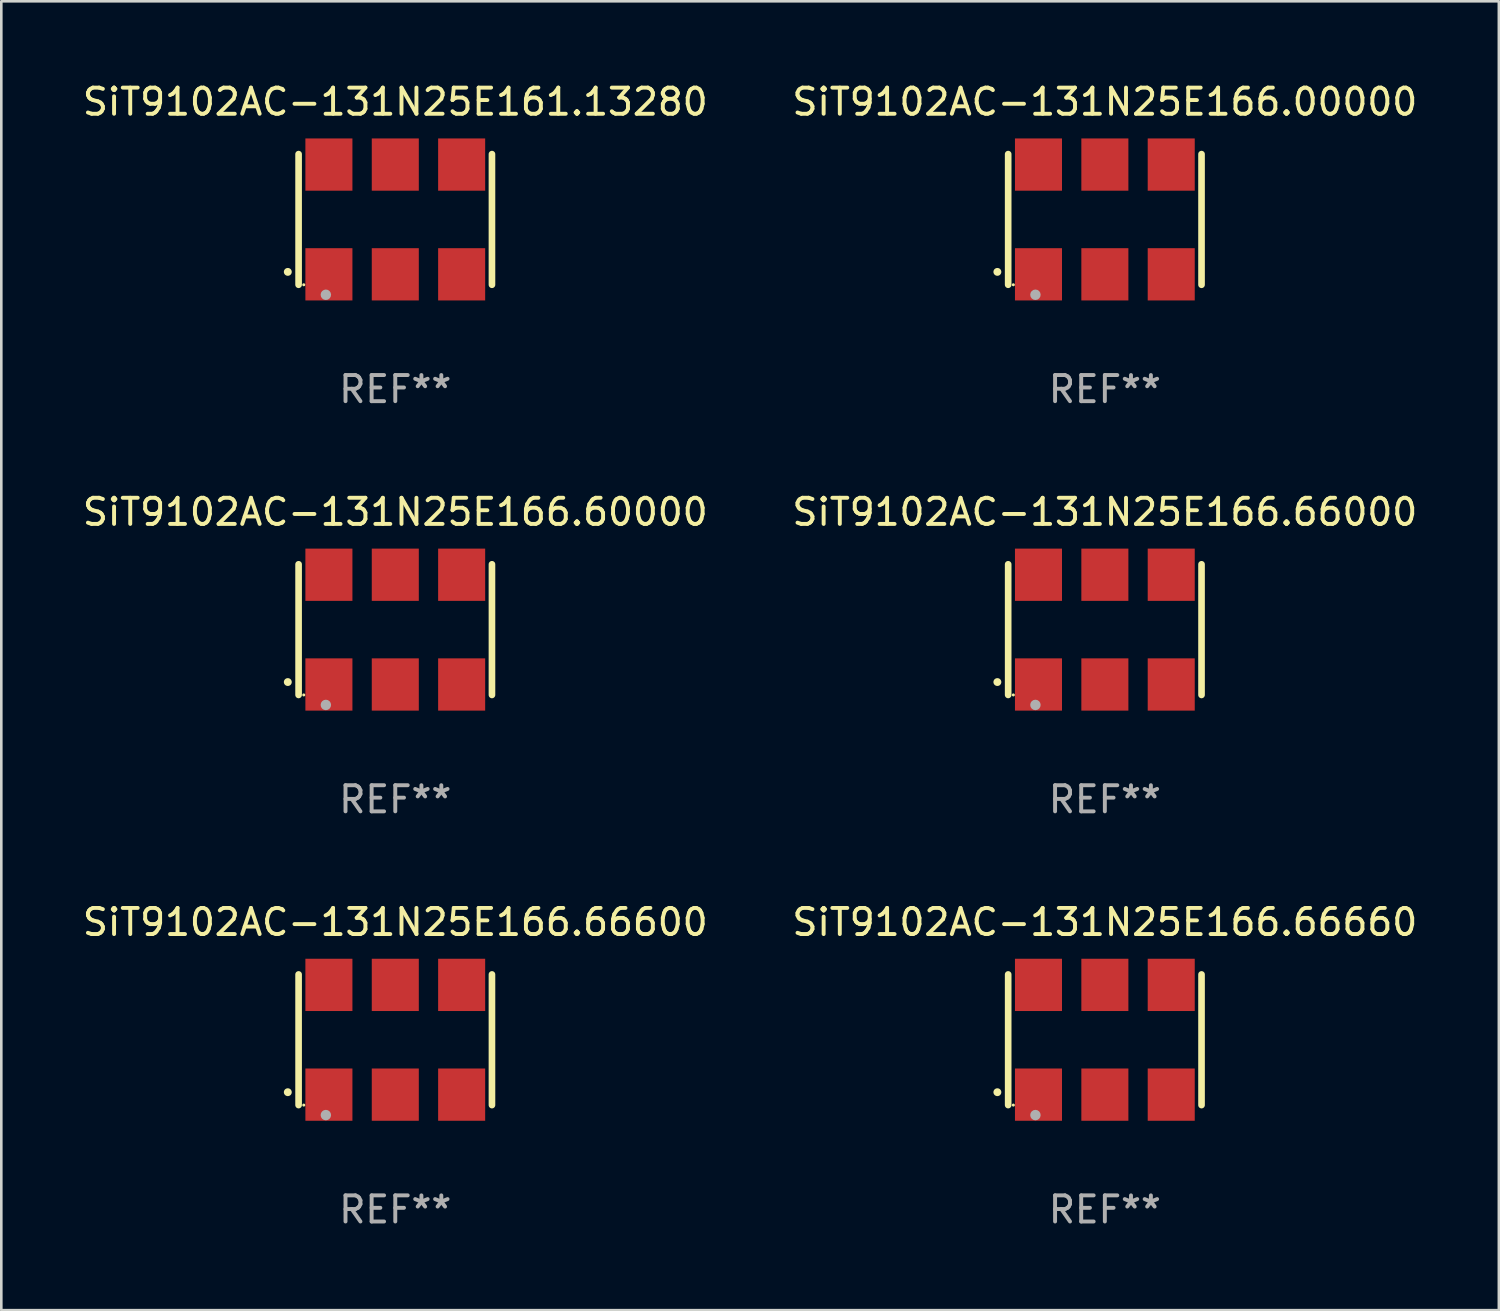
<source format=kicad_pcb>
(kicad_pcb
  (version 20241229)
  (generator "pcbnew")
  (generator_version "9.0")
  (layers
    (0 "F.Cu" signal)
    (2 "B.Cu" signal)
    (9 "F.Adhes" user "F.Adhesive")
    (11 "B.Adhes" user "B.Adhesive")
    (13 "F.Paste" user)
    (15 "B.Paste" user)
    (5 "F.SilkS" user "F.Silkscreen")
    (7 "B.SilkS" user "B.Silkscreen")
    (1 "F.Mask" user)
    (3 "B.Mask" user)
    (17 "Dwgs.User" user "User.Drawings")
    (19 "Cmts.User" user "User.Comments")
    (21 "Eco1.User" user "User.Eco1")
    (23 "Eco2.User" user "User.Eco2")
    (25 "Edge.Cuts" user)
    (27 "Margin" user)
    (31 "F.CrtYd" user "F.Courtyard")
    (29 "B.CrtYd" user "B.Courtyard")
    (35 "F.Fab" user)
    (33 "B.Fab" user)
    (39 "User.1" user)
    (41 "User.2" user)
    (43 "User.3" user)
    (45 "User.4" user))
  (footprint "SiT9102AC-131N25E166.00000"
    (layer "F.Cu")
    (at 39.232 5.348)
    (property "Reference" "SiT9102AC-131N25E166.00000" (at 0 -4.5 0) (layer "F.SilkS") (effects (font (size 1 1) (thickness 0.15))))
    (attr through_hole)
    (fp_line (start -3.7 -2.5) (end -3.7 2.5) (stroke (width 0.254) (type solid)) (layer "F.SilkS"))
    (fp_line (start 3.7 -2.5) (end 3.7 2.5) (stroke (width 0.254) (type solid)) (layer "F.SilkS"))
    (fp_arc (start -4.114415 2.006604) (mid -4.113145 2.006599) (end -4.111875 2.006604) (stroke (width 0.3) (type solid)) (layer "F.SilkS"))
    (fp_circle (center -3.502 2.5) (end -3.472 2.5) (stroke (width 0.06) (type solid)) (fill no) (layer "F.SilkS"))
    (fp_circle (center -2.657 2.882) (end -2.557 2.882) (stroke (width 0.2) (type solid)) (fill no) (layer "F.Fab"))
    (fp_text user "REF**" (at 0 6.5 0) (layer "F.Fab") (effects (font (size 1 1) (thickness 0.15))))
    (pad "1" smd rect (at -2.54 2.1) (size 1.8 2) (layers "F.Cu" "F.Mask" "F.Paste"))
    (pad "2" smd rect (at 0.000394 2.1) (size 1.8 2) (layers "F.Cu" "F.Mask" "F.Paste"))
    (pad "3" smd rect (at 2.54 2.1) (size 1.8 2) (layers "F.Cu" "F.Mask" "F.Paste"))
    (pad "4" smd rect (at 2.54 -2.1) (size 1.8 2) (layers "F.Cu" "F.Mask" "F.Paste"))
    (pad "5" smd rect (at 0.000394 -2.1) (size 1.8 2) (layers "F.Cu" "F.Mask" "F.Paste"))
    (pad "6" smd rect (at -2.54 -2.1) (size 1.8 2) (layers "F.Cu" "F.Mask" "F.Paste")))
  (footprint "SiT9102AC-131N25E166.66000"
    (layer "F.Cu")
    (at 39.232 21.045)
    (property "Reference" "SiT9102AC-131N25E166.66000" (at 0 -4.5 0) (layer "F.SilkS") (effects (font (size 1 1) (thickness 0.15))))
    (attr through_hole)
    (fp_line (start -3.7 -2.5) (end -3.7 2.5) (stroke (width 0.254) (type solid)) (layer "F.SilkS"))
    (fp_line (start 3.7 -2.5) (end 3.7 2.5) (stroke (width 0.254) (type solid)) (layer "F.SilkS"))
    (fp_arc (start -4.114415 2.006604) (mid -4.113145 2.006599) (end -4.111875 2.006604) (stroke (width 0.3) (type solid)) (layer "F.SilkS"))
    (fp_circle (center -3.502 2.5) (end -3.472 2.5) (stroke (width 0.06) (type solid)) (fill no) (layer "F.SilkS"))
    (fp_circle (center -2.657 2.882) (end -2.557 2.882) (stroke (width 0.2) (type solid)) (fill no) (layer "F.Fab"))
    (fp_text user "REF**" (at 0 6.5 0) (layer "F.Fab") (effects (font (size 1 1) (thickness 0.15))))
    (pad "1" smd rect (at -2.54 2.1) (size 1.8 2) (layers "F.Cu" "F.Mask" "F.Paste"))
    (pad "2" smd rect (at 0.000394 2.1) (size 1.8 2) (layers "F.Cu" "F.Mask" "F.Paste"))
    (pad "3" smd rect (at 2.54 2.1) (size 1.8 2) (layers "F.Cu" "F.Mask" "F.Paste"))
    (pad "4" smd rect (at 2.54 -2.1) (size 1.8 2) (layers "F.Cu" "F.Mask" "F.Paste"))
    (pad "5" smd rect (at 0.000394 -2.1) (size 1.8 2) (layers "F.Cu" "F.Mask" "F.Paste"))
    (pad "6" smd rect (at -2.54 -2.1) (size 1.8 2) (layers "F.Cu" "F.Mask" "F.Paste")))
  (footprint "SiT9102AC-131N25E161.13280"
    (layer "F.Cu")
    (at 12.077 5.348)
    (property "Reference" "SiT9102AC-131N25E161.13280" (at 0 -4.5 0) (layer "F.SilkS") (effects (font (size 1 1) (thickness 0.15))))
    (attr through_hole)
    (fp_line (start -3.7 -2.5) (end -3.7 2.5) (stroke (width 0.254) (type solid)) (layer "F.SilkS"))
    (fp_line (start 3.7 -2.5) (end 3.7 2.5) (stroke (width 0.254) (type solid)) (layer "F.SilkS"))
    (fp_arc (start -4.114415 2.006604) (mid -4.113145 2.006599) (end -4.111875 2.006604) (stroke (width 0.3) (type solid)) (layer "F.SilkS"))
    (fp_circle (center -3.502 2.5) (end -3.472 2.5) (stroke (width 0.06) (type solid)) (fill no) (layer "F.SilkS"))
    (fp_circle (center -2.657 2.882) (end -2.557 2.882) (stroke (width 0.2) (type solid)) (fill no) (layer "F.Fab"))
    (fp_text user "REF**" (at 0 6.5 0) (layer "F.Fab") (effects (font (size 1 1) (thickness 0.15))))
    (pad "1" smd rect (at -2.54 2.1) (size 1.8 2) (layers "F.Cu" "F.Mask" "F.Paste"))
    (pad "2" smd rect (at 0.000394 2.1) (size 1.8 2) (layers "F.Cu" "F.Mask" "F.Paste"))
    (pad "3" smd rect (at 2.54 2.1) (size 1.8 2) (layers "F.Cu" "F.Mask" "F.Paste"))
    (pad "4" smd rect (at 2.54 -2.1) (size 1.8 2) (layers "F.Cu" "F.Mask" "F.Paste"))
    (pad "5" smd rect (at 0.000394 -2.1) (size 1.8 2) (layers "F.Cu" "F.Mask" "F.Paste"))
    (pad "6" smd rect (at -2.54 -2.1) (size 1.8 2) (layers "F.Cu" "F.Mask" "F.Paste")))
  (footprint "SiT9102AC-131N25E166.66600"
    (layer "F.Cu")
    (at 12.077 36.741)
    (property "Reference" "SiT9102AC-131N25E166.66600" (at 0 -4.5 0) (layer "F.SilkS") (effects (font (size 1 1) (thickness 0.15))))
    (attr through_hole)
    (fp_line (start -3.7 -2.5) (end -3.7 2.5) (stroke (width 0.254) (type solid)) (layer "F.SilkS"))
    (fp_line (start 3.7 -2.5) (end 3.7 2.5) (stroke (width 0.254) (type solid)) (layer "F.SilkS"))
    (fp_arc (start -4.114415 2.006604) (mid -4.113145 2.006599) (end -4.111875 2.006604) (stroke (width 0.3) (type solid)) (layer "F.SilkS"))
    (fp_circle (center -3.502 2.5) (end -3.472 2.5) (stroke (width 0.06) (type solid)) (fill no) (layer "F.SilkS"))
    (fp_circle (center -2.657 2.882) (end -2.557 2.882) (stroke (width 0.2) (type solid)) (fill no) (layer "F.Fab"))
    (fp_text user "REF**" (at 0 6.5 0) (layer "F.Fab") (effects (font (size 1 1) (thickness 0.15))))
    (pad "1" smd rect (at -2.54 2.1) (size 1.8 2) (layers "F.Cu" "F.Mask" "F.Paste"))
    (pad "2" smd rect (at 0.000394 2.1) (size 1.8 2) (layers "F.Cu" "F.Mask" "F.Paste"))
    (pad "3" smd rect (at 2.54 2.1) (size 1.8 2) (layers "F.Cu" "F.Mask" "F.Paste"))
    (pad "4" smd rect (at 2.54 -2.1) (size 1.8 2) (layers "F.Cu" "F.Mask" "F.Paste"))
    (pad "5" smd rect (at 0.000394 -2.1) (size 1.8 2) (layers "F.Cu" "F.Mask" "F.Paste"))
    (pad "6" smd rect (at -2.54 -2.1) (size 1.8 2) (layers "F.Cu" "F.Mask" "F.Paste")))
  (footprint "SiT9102AC-131N25E166.66660"
    (layer "F.Cu")
    (at 39.232 36.741)
    (property "Reference" "SiT9102AC-131N25E166.66660" (at 0 -4.5 0) (layer "F.SilkS") (effects (font (size 1 1) (thickness 0.15))))
    (attr through_hole)
    (fp_line (start -3.7 -2.5) (end -3.7 2.5) (stroke (width 0.254) (type solid)) (layer "F.SilkS"))
    (fp_line (start 3.7 -2.5) (end 3.7 2.5) (stroke (width 0.254) (type solid)) (layer "F.SilkS"))
    (fp_arc (start -4.114415 2.006604) (mid -4.113145 2.006599) (end -4.111875 2.006604) (stroke (width 0.3) (type solid)) (layer "F.SilkS"))
    (fp_circle (center -3.502 2.5) (end -3.472 2.5) (stroke (width 0.06) (type solid)) (fill no) (layer "F.SilkS"))
    (fp_circle (center -2.657 2.882) (end -2.557 2.882) (stroke (width 0.2) (type solid)) (fill no) (layer "F.Fab"))
    (fp_text user "REF**" (at 0 6.5 0) (layer "F.Fab") (effects (font (size 1 1) (thickness 0.15))))
    (pad "1" smd rect (at -2.54 2.1) (size 1.8 2) (layers "F.Cu" "F.Mask" "F.Paste"))
    (pad "2" smd rect (at 0.000394 2.1) (size 1.8 2) (layers "F.Cu" "F.Mask" "F.Paste"))
    (pad "3" smd rect (at 2.54 2.1) (size 1.8 2) (layers "F.Cu" "F.Mask" "F.Paste"))
    (pad "4" smd rect (at 2.54 -2.1) (size 1.8 2) (layers "F.Cu" "F.Mask" "F.Paste"))
    (pad "5" smd rect (at 0.000394 -2.1) (size 1.8 2) (layers "F.Cu" "F.Mask" "F.Paste"))
    (pad "6" smd rect (at -2.54 -2.1) (size 1.8 2) (layers "F.Cu" "F.Mask" "F.Paste")))
  (footprint "SiT9102AC-131N25E166.60000"
    (layer "F.Cu")
    (at 12.077 21.045)
    (property "Reference" "SiT9102AC-131N25E166.60000" (at 0 -4.5 0) (layer "F.SilkS") (effects (font (size 1 1) (thickness 0.15))))
    (attr through_hole)
    (fp_line (start -3.7 -2.5) (end -3.7 2.5) (stroke (width 0.254) (type solid)) (layer "F.SilkS"))
    (fp_line (start 3.7 -2.5) (end 3.7 2.5) (stroke (width 0.254) (type solid)) (layer "F.SilkS"))
    (fp_arc (start -4.114415 2.006604) (mid -4.113145 2.006599) (end -4.111875 2.006604) (stroke (width 0.3) (type solid)) (layer "F.SilkS"))
    (fp_circle (center -3.502 2.5) (end -3.472 2.5) (stroke (width 0.06) (type solid)) (fill no) (layer "F.SilkS"))
    (fp_circle (center -2.657 2.882) (end -2.557 2.882) (stroke (width 0.2) (type solid)) (fill no) (layer "F.Fab"))
    (fp_text user "REF**" (at 0 6.5 0) (layer "F.Fab") (effects (font (size 1 1) (thickness 0.15))))
    (pad "1" smd rect (at -2.54 2.1) (size 1.8 2) (layers "F.Cu" "F.Mask" "F.Paste"))
    (pad "2" smd rect (at 0.000394 2.1) (size 1.8 2) (layers "F.Cu" "F.Mask" "F.Paste"))
    (pad "3" smd rect (at 2.54 2.1) (size 1.8 2) (layers "F.Cu" "F.Mask" "F.Paste"))
    (pad "4" smd rect (at 2.54 -2.1) (size 1.8 2) (layers "F.Cu" "F.Mask" "F.Paste"))
    (pad "5" smd rect (at 0.000394 -2.1) (size 1.8 2) (layers "F.Cu" "F.Mask" "F.Paste"))
    (pad "6" smd rect (at -2.54 -2.1) (size 1.8 2) (layers "F.Cu" "F.Mask" "F.Paste")))
  (gr_rect
    (start -3 -3)
    (end 54.31 47.09)
    (stroke (width 0.1) (type default))
    (fill no)
    (layer "Edge.Cuts")))
</source>
